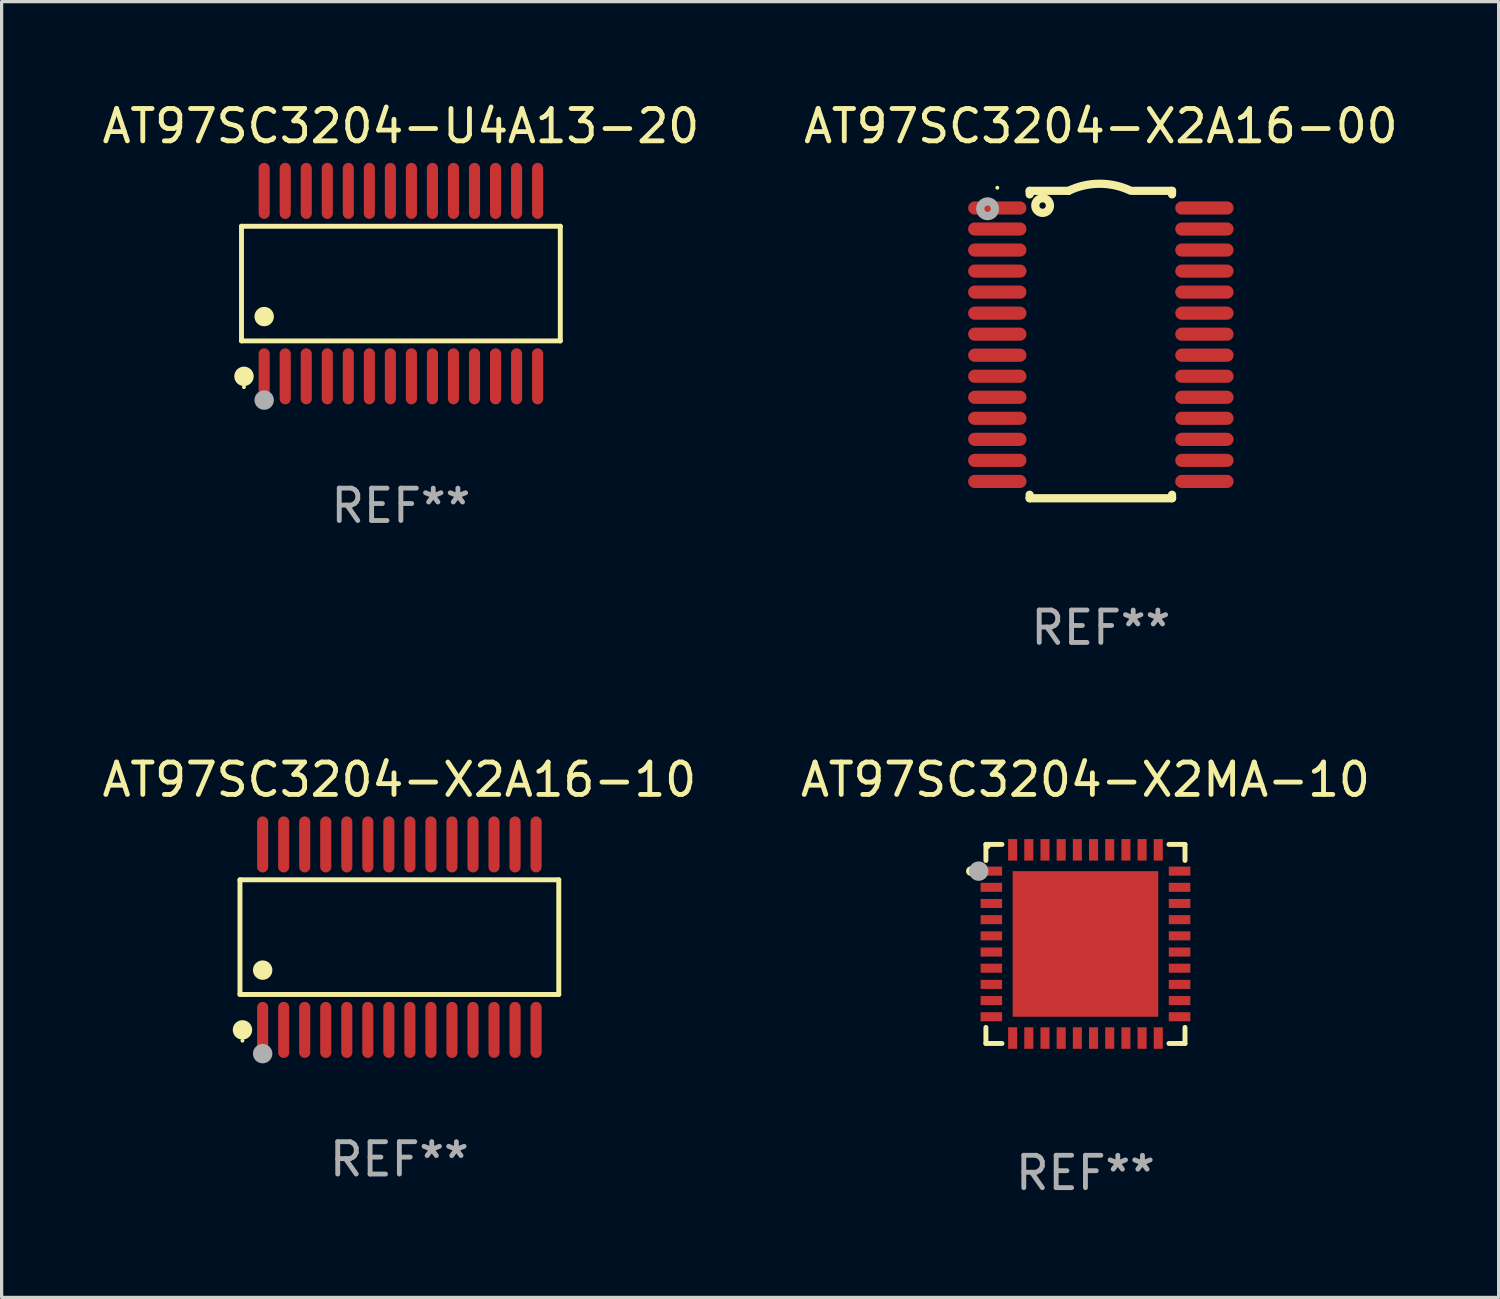
<source format=kicad_pcb>
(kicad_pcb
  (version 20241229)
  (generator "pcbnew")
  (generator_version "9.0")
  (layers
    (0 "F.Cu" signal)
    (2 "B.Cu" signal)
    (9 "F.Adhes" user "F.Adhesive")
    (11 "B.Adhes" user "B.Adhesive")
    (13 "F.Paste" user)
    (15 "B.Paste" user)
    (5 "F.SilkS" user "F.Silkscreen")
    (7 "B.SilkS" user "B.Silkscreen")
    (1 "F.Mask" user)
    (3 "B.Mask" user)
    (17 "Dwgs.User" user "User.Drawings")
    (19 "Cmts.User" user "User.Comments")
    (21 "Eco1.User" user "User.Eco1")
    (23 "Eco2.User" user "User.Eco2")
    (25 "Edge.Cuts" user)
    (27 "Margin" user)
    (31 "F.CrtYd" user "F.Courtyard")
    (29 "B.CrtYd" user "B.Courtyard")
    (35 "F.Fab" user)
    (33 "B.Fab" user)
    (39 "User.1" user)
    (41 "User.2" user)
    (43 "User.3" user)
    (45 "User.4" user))
  (footprint "AT97SC3204-X2A16-10"
    (layer "F.Cu")
    (at 9.292 25.911)
    (property "Reference" "AT97SC3204-X2A16-10" (at 0 -4.866 0) (layer "F.SilkS") (effects (font (size 1 1) (thickness 0.15))))
    (attr through_hole)
    (fp_line (start -4.926 -1.772) (end 4.926 -1.772) (stroke (width 0.152) (type solid)) (layer "F.SilkS"))
    (fp_line (start -4.926 1.771) (end -4.926 -1.772) (stroke (width 0.152) (type solid)) (layer "F.SilkS"))
    (fp_line (start 4.926 -1.772) (end 4.926 1.771) (stroke (width 0.152) (type solid)) (layer "F.SilkS"))
    (fp_line (start 4.926 1.771) (end -4.926 1.771) (stroke (width 0.152) (type solid)) (layer "F.SilkS"))
    (fp_circle (center -4.85 3.2) (end -4.82 3.2) (stroke (width 0.06) (type solid)) (fill no) (layer "F.SilkS"))
    (fp_circle (center -4.849 2.866) (end -4.699 2.866) (stroke (width 0.3) (type solid)) (fill no) (layer "F.SilkS"))
    (fp_circle (center -4.225 1.019) (end -4.075 1.019) (stroke (width 0.3) (type solid)) (fill no) (layer "F.SilkS"))
    (fp_circle (center -4.225 3.6) (end -4.075 3.6) (stroke (width 0.3) (type solid)) (fill no) (layer "F.Fab"))
    (fp_text user "REF**" (at 0 6.866 0) (layer "F.Fab") (effects (font (size 1 1) (thickness 0.15))))
    (pad "1" smd oval (at -4.225 2.866) (size 0.343 1.731) (layers "F.Cu" "F.Mask" "F.Paste"))
    (pad "2" smd oval (at -3.575 2.866) (size 0.343 1.731) (layers "F.Cu" "F.Mask" "F.Paste"))
    (pad "3" smd oval (at -2.925 2.866) (size 0.343 1.731) (layers "F.Cu" "F.Mask" "F.Paste"))
    (pad "4" smd oval (at -2.275 2.866) (size 0.343 1.731) (layers "F.Cu" "F.Mask" "F.Paste"))
    (pad "5" smd oval (at -1.625 2.866) (size 0.343 1.731) (layers "F.Cu" "F.Mask" "F.Paste"))
    (pad "6" smd oval (at -0.975 2.866) (size 0.343 1.731) (layers "F.Cu" "F.Mask" "F.Paste"))
    (pad "7" smd oval (at -0.325 2.866) (size 0.343 1.731) (layers "F.Cu" "F.Mask" "F.Paste"))
    (pad "8" smd oval (at 0.325 2.866) (size 0.343 1.731) (layers "F.Cu" "F.Mask" "F.Paste"))
    (pad "9" smd oval (at 0.975 2.866) (size 0.343 1.731) (layers "F.Cu" "F.Mask" "F.Paste"))
    (pad "10" smd oval (at 1.625 2.866) (size 0.343 1.731) (layers "F.Cu" "F.Mask" "F.Paste"))
    (pad "11" smd oval (at 2.275 2.866) (size 0.343 1.731) (layers "F.Cu" "F.Mask" "F.Paste"))
    (pad "12" smd oval (at 2.925 2.866) (size 0.343 1.731) (layers "F.Cu" "F.Mask" "F.Paste"))
    (pad "13" smd oval (at 3.575 2.866) (size 0.343 1.731) (layers "F.Cu" "F.Mask" "F.Paste"))
    (pad "14" smd oval (at 4.225 2.866) (size 0.343 1.731) (layers "F.Cu" "F.Mask" "F.Paste"))
    (pad "15" smd oval (at 4.225 -2.866) (size 0.343 1.731) (layers "F.Cu" "F.Mask" "F.Paste"))
    (pad "16" smd oval (at 3.575 -2.866) (size 0.343 1.731) (layers "F.Cu" "F.Mask" "F.Paste"))
    (pad "17" smd oval (at 2.925 -2.866) (size 0.343 1.731) (layers "F.Cu" "F.Mask" "F.Paste"))
    (pad "18" smd oval (at 2.275 -2.866) (size 0.343 1.731) (layers "F.Cu" "F.Mask" "F.Paste"))
    (pad "19" smd oval (at 1.625 -2.866) (size 0.343 1.731) (layers "F.Cu" "F.Mask" "F.Paste"))
    (pad "20" smd oval (at 0.975 -2.866) (size 0.343 1.731) (layers "F.Cu" "F.Mask" "F.Paste"))
    (pad "21" smd oval (at 0.325 -2.866) (size 0.343 1.731) (layers "F.Cu" "F.Mask" "F.Paste"))
    (pad "22" smd oval (at -0.325 -2.866) (size 0.343 1.731) (layers "F.Cu" "F.Mask" "F.Paste"))
    (pad "23" smd oval (at -0.975 -2.866) (size 0.343 1.731) (layers "F.Cu" "F.Mask" "F.Paste"))
    (pad "24" smd oval (at -1.625 -2.866) (size 0.343 1.731) (layers "F.Cu" "F.Mask" "F.Paste"))
    (pad "25" smd oval (at -2.275 -2.866) (size 0.343 1.731) (layers "F.Cu" "F.Mask" "F.Paste"))
    (pad "26" smd oval (at -2.925 -2.866) (size 0.343 1.731) (layers "F.Cu" "F.Mask" "F.Paste"))
    (pad "27" smd oval (at -3.575 -2.866) (size 0.343 1.731) (layers "F.Cu" "F.Mask" "F.Paste"))
    (pad "28" smd oval (at -4.225 -2.866) (size 0.343 1.731) (layers "F.Cu" "F.Mask" "F.Paste")))
  (footprint "AT97SC3204-U4A13-20"
    (layer "F.Cu")
    (at 9.339 5.714)
    (property "Reference" "AT97SC3204-U4A13-20" (at 0 -4.866 0) (layer "F.SilkS") (effects (font (size 1 1) (thickness 0.15))))
    (attr through_hole)
    (fp_line (start -4.926 -1.772) (end 4.926 -1.772) (stroke (width 0.152) (type solid)) (layer "F.SilkS"))
    (fp_line (start -4.926 1.771) (end -4.926 -1.772) (stroke (width 0.152) (type solid)) (layer "F.SilkS"))
    (fp_line (start 4.926 -1.772) (end 4.926 1.771) (stroke (width 0.152) (type solid)) (layer "F.SilkS"))
    (fp_line (start 4.926 1.771) (end -4.926 1.771) (stroke (width 0.152) (type solid)) (layer "F.SilkS"))
    (fp_circle (center -4.85 3.2) (end -4.82 3.2) (stroke (width 0.06) (type solid)) (fill no) (layer "F.SilkS"))
    (fp_circle (center -4.849 2.866) (end -4.699 2.866) (stroke (width 0.3) (type solid)) (fill no) (layer "F.SilkS"))
    (fp_circle (center -4.225 1.019) (end -4.075 1.019) (stroke (width 0.3) (type solid)) (fill no) (layer "F.SilkS"))
    (fp_circle (center -4.225 3.6) (end -4.075 3.6) (stroke (width 0.3) (type solid)) (fill no) (layer "F.Fab"))
    (fp_text user "REF**" (at 0 6.866 0) (layer "F.Fab") (effects (font (size 1 1) (thickness 0.15))))
    (pad "1" smd oval (at -4.225 2.866) (size 0.343 1.731) (layers "F.Cu" "F.Mask" "F.Paste"))
    (pad "2" smd oval (at -3.575 2.866) (size 0.343 1.731) (layers "F.Cu" "F.Mask" "F.Paste"))
    (pad "3" smd oval (at -2.925 2.866) (size 0.343 1.731) (layers "F.Cu" "F.Mask" "F.Paste"))
    (pad "4" smd oval (at -2.275 2.866) (size 0.343 1.731) (layers "F.Cu" "F.Mask" "F.Paste"))
    (pad "5" smd oval (at -1.625 2.866) (size 0.343 1.731) (layers "F.Cu" "F.Mask" "F.Paste"))
    (pad "6" smd oval (at -0.975 2.866) (size 0.343 1.731) (layers "F.Cu" "F.Mask" "F.Paste"))
    (pad "7" smd oval (at -0.325 2.866) (size 0.343 1.731) (layers "F.Cu" "F.Mask" "F.Paste"))
    (pad "8" smd oval (at 0.325 2.866) (size 0.343 1.731) (layers "F.Cu" "F.Mask" "F.Paste"))
    (pad "9" smd oval (at 0.975 2.866) (size 0.343 1.731) (layers "F.Cu" "F.Mask" "F.Paste"))
    (pad "10" smd oval (at 1.625 2.866) (size 0.343 1.731) (layers "F.Cu" "F.Mask" "F.Paste"))
    (pad "11" smd oval (at 2.275 2.866) (size 0.343 1.731) (layers "F.Cu" "F.Mask" "F.Paste"))
    (pad "12" smd oval (at 2.925 2.866) (size 0.343 1.731) (layers "F.Cu" "F.Mask" "F.Paste"))
    (pad "13" smd oval (at 3.575 2.866) (size 0.343 1.731) (layers "F.Cu" "F.Mask" "F.Paste"))
    (pad "14" smd oval (at 4.225 2.866) (size 0.343 1.731) (layers "F.Cu" "F.Mask" "F.Paste"))
    (pad "15" smd oval (at 4.225 -2.866) (size 0.343 1.731) (layers "F.Cu" "F.Mask" "F.Paste"))
    (pad "16" smd oval (at 3.575 -2.866) (size 0.343 1.731) (layers "F.Cu" "F.Mask" "F.Paste"))
    (pad "17" smd oval (at 2.925 -2.866) (size 0.343 1.731) (layers "F.Cu" "F.Mask" "F.Paste"))
    (pad "18" smd oval (at 2.275 -2.866) (size 0.343 1.731) (layers "F.Cu" "F.Mask" "F.Paste"))
    (pad "19" smd oval (at 1.625 -2.866) (size 0.343 1.731) (layers "F.Cu" "F.Mask" "F.Paste"))
    (pad "20" smd oval (at 0.975 -2.866) (size 0.343 1.731) (layers "F.Cu" "F.Mask" "F.Paste"))
    (pad "21" smd oval (at 0.325 -2.866) (size 0.343 1.731) (layers "F.Cu" "F.Mask" "F.Paste"))
    (pad "22" smd oval (at -0.325 -2.866) (size 0.343 1.731) (layers "F.Cu" "F.Mask" "F.Paste"))
    (pad "23" smd oval (at -0.975 -2.866) (size 0.343 1.731) (layers "F.Cu" "F.Mask" "F.Paste"))
    (pad "24" smd oval (at -1.625 -2.866) (size 0.343 1.731) (layers "F.Cu" "F.Mask" "F.Paste"))
    (pad "25" smd oval (at -2.275 -2.866) (size 0.343 1.731) (layers "F.Cu" "F.Mask" "F.Paste"))
    (pad "26" smd oval (at -2.925 -2.866) (size 0.343 1.731) (layers "F.Cu" "F.Mask" "F.Paste"))
    (pad "27" smd oval (at -3.575 -2.866) (size 0.343 1.731) (layers "F.Cu" "F.Mask" "F.Paste"))
    (pad "28" smd oval (at -4.225 -2.866) (size 0.343 1.731) (layers "F.Cu" "F.Mask" "F.Paste")))
  (footprint "AT97SC3204-X2A16-00"
    (layer "F.Cu")
    (at 30.97 7.598)
    (property "Reference" "AT97SC3204-X2A16-00" (at 0 -6.75 0) (layer "F.SilkS") (effects (font (size 1 1) (thickness 0.15))))
    (attr through_hole)
    (fp_line (start -2.2 -4.75) (end -2.2 -4.641) (stroke (width 0.254) (type solid)) (layer "F.SilkS"))
    (fp_line (start -2.2 -4.75) (end -1 -4.75) (stroke (width 0.254) (type solid)) (layer "F.SilkS"))
    (fp_line (start -2.2 4.641) (end -2.2 4.75) (stroke (width 0.254) (type solid)) (layer "F.SilkS"))
    (fp_line (start -2.2 4.75) (end 2.2 4.75) (stroke (width 0.254) (type solid)) (layer "F.SilkS"))
    (fp_line (start 2.2 -4.75) (end 1 -4.75) (stroke (width 0.254) (type solid)) (layer "F.SilkS"))
    (fp_line (start 2.2 -4.75) (end 2.2 -4.641) (stroke (width 0.254) (type solid)) (layer "F.SilkS"))
    (fp_line (start 2.2 4.641) (end 2.2 4.75) (stroke (width 0.254) (type solid)) (layer "F.SilkS"))
    (fp_arc (start -1.000025 -4.750013) (mid -0.040073 -4.969719) (end 0.920777 -4.753975) (stroke (width 0.254001) (type solid)) (layer "F.SilkS"))
    (fp_circle (center -3.2 -4.846) (end -3.17 -4.846) (stroke (width 0.06) (type solid)) (fill no) (layer "F.SilkS"))
    (fp_circle (center -1.8 -4.296) (end -1.7 -4.296) (stroke (width 0.254) (type solid)) (fill no) (layer "F.SilkS"))
    (fp_circle (center -3.5 -4.196) (end -3.4 -4.196) (stroke (width 0.254) (type solid)) (fill no) (layer "F.Fab"))
    (fp_text user "REF**" (at 0 8.75 0) (layer "F.Fab") (effects (font (size 1 1) (thickness 0.15))))
    (pad "1" smd oval (at -3.2 -4.221) (size 1.803 0.406) (layers "F.Cu" "F.Mask" "F.Paste"))
    (pad "2" smd oval (at -3.2 -3.571) (size 1.803 0.406) (layers "F.Cu" "F.Mask" "F.Paste"))
    (pad "3" smd oval (at -3.2 -2.921) (size 1.803 0.406) (layers "F.Cu" "F.Mask" "F.Paste"))
    (pad "4" smd oval (at -3.2 -2.271) (size 1.803 0.406) (layers "F.Cu" "F.Mask" "F.Paste"))
    (pad "5" smd oval (at -3.2 -1.621) (size 1.803 0.406) (layers "F.Cu" "F.Mask" "F.Paste"))
    (pad "6" smd oval (at -3.2 -0.971) (size 1.803 0.406) (layers "F.Cu" "F.Mask" "F.Paste"))
    (pad "7" smd oval (at -3.2 -0.321) (size 1.803 0.406) (layers "F.Cu" "F.Mask" "F.Paste"))
    (pad "8" smd oval (at -3.2 0.329) (size 1.803 0.406) (layers "F.Cu" "F.Mask" "F.Paste"))
    (pad "9" smd oval (at -3.2 0.979) (size 1.803 0.406) (layers "F.Cu" "F.Mask" "F.Paste"))
    (pad "10" smd oval (at -3.2 1.629) (size 1.803 0.406) (layers "F.Cu" "F.Mask" "F.Paste"))
    (pad "11" smd oval (at -3.2 2.279) (size 1.803 0.406) (layers "F.Cu" "F.Mask" "F.Paste"))
    (pad "12" smd oval (at -3.2 2.929) (size 1.803 0.406) (layers "F.Cu" "F.Mask" "F.Paste"))
    (pad "13" smd oval (at -3.2 3.579) (size 1.803 0.406) (layers "F.Cu" "F.Mask" "F.Paste"))
    (pad "14" smd oval (at -3.2 4.229) (size 1.803 0.406) (layers "F.Cu" "F.Mask" "F.Paste"))
    (pad "15" smd oval (at 3.2 4.229) (size 1.803 0.406) (layers "F.Cu" "F.Mask" "F.Paste"))
    (pad "16" smd oval (at 3.2 3.579) (size 1.803 0.406) (layers "F.Cu" "F.Mask" "F.Paste"))
    (pad "17" smd oval (at 3.2 2.929) (size 1.803 0.406) (layers "F.Cu" "F.Mask" "F.Paste"))
    (pad "18" smd oval (at 3.2 2.279) (size 1.803 0.406) (layers "F.Cu" "F.Mask" "F.Paste"))
    (pad "19" smd oval (at 3.2 1.629) (size 1.803 0.406) (layers "F.Cu" "F.Mask" "F.Paste"))
    (pad "20" smd oval (at 3.2 0.979) (size 1.803 0.406) (layers "F.Cu" "F.Mask" "F.Paste"))
    (pad "21" smd oval (at 3.2 0.329) (size 1.803 0.406) (layers "F.Cu" "F.Mask" "F.Paste"))
    (pad "22" smd oval (at 3.2 -0.321) (size 1.803 0.406) (layers "F.Cu" "F.Mask" "F.Paste"))
    (pad "23" smd oval (at 3.2 -0.971) (size 1.803 0.406) (layers "F.Cu" "F.Mask" "F.Paste"))
    (pad "24" smd oval (at 3.2 -1.621) (size 1.803 0.406) (layers "F.Cu" "F.Mask" "F.Paste"))
    (pad "25" smd oval (at 3.2 -2.271) (size 1.803 0.406) (layers "F.Cu" "F.Mask" "F.Paste"))
    (pad "26" smd oval (at 3.2 -2.921) (size 1.803 0.406) (layers "F.Cu" "F.Mask" "F.Paste"))
    (pad "27" smd oval (at 3.2 -3.571) (size 1.803 0.406) (layers "F.Cu" "F.Mask" "F.Paste"))
    (pad "28" smd oval (at 3.2 -4.221) (size 1.803 0.406) (layers "F.Cu" "F.Mask" "F.Paste")))
  (footprint "AT97SC3204-X2MA-10"
    (layer "F.Cu")
    (at 30.494 26.121)
    (property "Reference" "AT97SC3204-X2MA-10" (at 0 -5.076 0) (layer "F.SilkS") (effects (font (size 1 1) (thickness 0.15))))
    (attr through_hole)
    (fp_line (start -3.076 -3.076) (end -3.076 -2.58) (stroke (width 0.152) (type solid)) (layer "F.SilkS"))
    (fp_line (start -3.076 3.076) (end -3.076 2.58) (stroke (width 0.152) (type solid)) (layer "F.SilkS"))
    (fp_line (start -2.58 -3.076) (end -3.076 -3.076) (stroke (width 0.152) (type solid)) (layer "F.SilkS"))
    (fp_line (start -2.58 3.076) (end -3.076 3.076) (stroke (width 0.152) (type solid)) (layer "F.SilkS"))
    (fp_line (start 2.58 -3.076) (end 3.076 -3.076) (stroke (width 0.152) (type solid)) (layer "F.SilkS"))
    (fp_line (start 2.58 3.076) (end 3.076 3.076) (stroke (width 0.152) (type solid)) (layer "F.SilkS"))
    (fp_line (start 3.076 -3.076) (end 3.076 -2.58) (stroke (width 0.152) (type solid)) (layer "F.SilkS"))
    (fp_line (start 3.076 3.076) (end 3.076 2.58) (stroke (width 0.152) (type solid)) (layer "F.SilkS"))
    (fp_circle (center -3.54 -2.25) (end -3.465 -2.25) (stroke (width 0.15) (type solid)) (fill no) (layer "F.SilkS"))
    (fp_circle (center -3 -3) (end -2.97 -3) (stroke (width 0.06) (type solid)) (fill no) (layer "F.SilkS"))
    (fp_circle (center -3.3 -2.25) (end -3.15 -2.25) (stroke (width 0.3) (type solid)) (fill no) (layer "F.Fab"))
    (fp_text user "REF**" (at 0 7.076 0) (layer "F.Fab") (effects (font (size 1 1) (thickness 0.15))))
    (pad "1" smd rect (at -2.908 -2.25) (size 0.665 0.28) (layers "F.Cu" "F.Mask" "F.Paste"))
    (pad "2" smd rect (at -2.908 -1.75) (size 0.665 0.28) (layers "F.Cu" "F.Mask" "F.Paste"))
    (pad "3" smd rect (at -2.908 -1.25) (size 0.665 0.28) (layers "F.Cu" "F.Mask" "F.Paste"))
    (pad "4" smd rect (at -2.908 -0.75) (size 0.665 0.28) (layers "F.Cu" "F.Mask" "F.Paste"))
    (pad "5" smd rect (at -2.908 -0.25) (size 0.665 0.28) (layers "F.Cu" "F.Mask" "F.Paste"))
    (pad "6" smd rect (at -2.908 0.25) (size 0.665 0.28) (layers "F.Cu" "F.Mask" "F.Paste"))
    (pad "7" smd rect (at -2.908 0.75) (size 0.665 0.28) (layers "F.Cu" "F.Mask" "F.Paste"))
    (pad "8" smd rect (at -2.908 1.25) (size 0.665 0.28) (layers "F.Cu" "F.Mask" "F.Paste"))
    (pad "9" smd rect (at -2.908 1.75) (size 0.665 0.28) (layers "F.Cu" "F.Mask" "F.Paste"))
    (pad "10" smd rect (at -2.908 2.25) (size 0.665 0.28) (layers "F.Cu" "F.Mask" "F.Paste"))
    (pad "11" smd rect (at -2.25 2.908) (size 0.28 0.665) (layers "F.Cu" "F.Mask" "F.Paste"))
    (pad "12" smd rect (at -1.75 2.908) (size 0.28 0.665) (layers "F.Cu" "F.Mask" "F.Paste"))
    (pad "13" smd rect (at -1.25 2.908) (size 0.28 0.665) (layers "F.Cu" "F.Mask" "F.Paste"))
    (pad "14" smd rect (at -0.75 2.908) (size 0.28 0.665) (layers "F.Cu" "F.Mask" "F.Paste"))
    (pad "15" smd rect (at -0.25 2.908) (size 0.28 0.665) (layers "F.Cu" "F.Mask" "F.Paste"))
    (pad "16" smd rect (at 0.25 2.908) (size 0.28 0.665) (layers "F.Cu" "F.Mask" "F.Paste"))
    (pad "17" smd rect (at 0.75 2.908) (size 0.28 0.665) (layers "F.Cu" "F.Mask" "F.Paste"))
    (pad "18" smd rect (at 1.25 2.908) (size 0.28 0.665) (layers "F.Cu" "F.Mask" "F.Paste"))
    (pad "19" smd rect (at 1.75 2.908) (size 0.28 0.665) (layers "F.Cu" "F.Mask" "F.Paste"))
    (pad "20" smd rect (at 2.25 2.908) (size 0.28 0.665) (layers "F.Cu" "F.Mask" "F.Paste"))
    (pad "21" smd rect (at 2.908 2.25) (size 0.665 0.28) (layers "F.Cu" "F.Mask" "F.Paste"))
    (pad "22" smd rect (at 2.908 1.75) (size 0.665 0.28) (layers "F.Cu" "F.Mask" "F.Paste"))
    (pad "23" smd rect (at 2.908 1.25) (size 0.665 0.28) (layers "F.Cu" "F.Mask" "F.Paste"))
    (pad "24" smd rect (at 2.908 0.75) (size 0.665 0.28) (layers "F.Cu" "F.Mask" "F.Paste"))
    (pad "25" smd rect (at 2.908 0.25) (size 0.665 0.28) (layers "F.Cu" "F.Mask" "F.Paste"))
    (pad "26" smd rect (at 2.908 -0.25) (size 0.665 0.28) (layers "F.Cu" "F.Mask" "F.Paste"))
    (pad "27" smd rect (at 2.908 -0.75) (size 0.665 0.28) (layers "F.Cu" "F.Mask" "F.Paste"))
    (pad "28" smd rect (at 2.908 -1.25) (size 0.665 0.28) (layers "F.Cu" "F.Mask" "F.Paste"))
    (pad "29" smd rect (at 2.908 -1.75) (size 0.665 0.28) (layers "F.Cu" "F.Mask" "F.Paste"))
    (pad "30" smd rect (at 2.908 -2.25) (size 0.665 0.28) (layers "F.Cu" "F.Mask" "F.Paste"))
    (pad "31" smd rect (at 2.25 -2.908) (size 0.28 0.665) (layers "F.Cu" "F.Mask" "F.Paste"))
    (pad "32" smd rect (at 1.75 -2.908) (size 0.28 0.665) (layers "F.Cu" "F.Mask" "F.Paste"))
    (pad "33" smd rect (at 1.25 -2.908) (size 0.28 0.665) (layers "F.Cu" "F.Mask" "F.Paste"))
    (pad "34" smd rect (at 0.75 -2.908) (size 0.28 0.665) (layers "F.Cu" "F.Mask" "F.Paste"))
    (pad "35" smd rect (at 0.25 -2.908) (size 0.28 0.665) (layers "F.Cu" "F.Mask" "F.Paste"))
    (pad "36" smd rect (at -0.25 -2.908) (size 0.28 0.665) (layers "F.Cu" "F.Mask" "F.Paste"))
    (pad "37" smd rect (at -0.75 -2.908) (size 0.28 0.665) (layers "F.Cu" "F.Mask" "F.Paste"))
    (pad "38" smd rect (at -1.25 -2.908) (size 0.28 0.665) (layers "F.Cu" "F.Mask" "F.Paste"))
    (pad "39" smd rect (at -1.75 -2.908) (size 0.28 0.665) (layers "F.Cu" "F.Mask" "F.Paste"))
    (pad "40" smd rect (at -2.25 -2.908) (size 0.28 0.665) (layers "F.Cu" "F.Mask" "F.Paste"))
    (pad "41" smd rect (at 0 0) (size 4.5 4.5) (layers "F.Cu" "F.Mask" "F.Paste")))
  (gr_rect
    (start -3 -3)
    (end 43.262 37.045)
    (stroke (width 0.1) (type default))
    (fill no)
    (layer "Edge.Cuts")))
</source>
